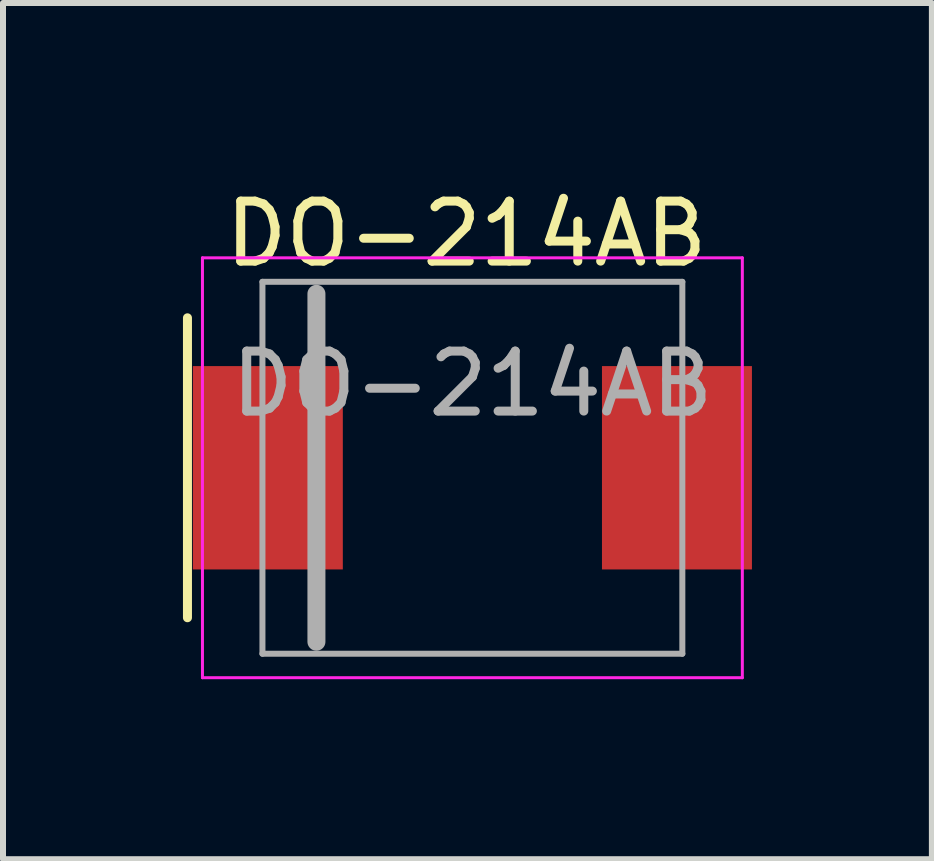
<source format=kicad_pcb>
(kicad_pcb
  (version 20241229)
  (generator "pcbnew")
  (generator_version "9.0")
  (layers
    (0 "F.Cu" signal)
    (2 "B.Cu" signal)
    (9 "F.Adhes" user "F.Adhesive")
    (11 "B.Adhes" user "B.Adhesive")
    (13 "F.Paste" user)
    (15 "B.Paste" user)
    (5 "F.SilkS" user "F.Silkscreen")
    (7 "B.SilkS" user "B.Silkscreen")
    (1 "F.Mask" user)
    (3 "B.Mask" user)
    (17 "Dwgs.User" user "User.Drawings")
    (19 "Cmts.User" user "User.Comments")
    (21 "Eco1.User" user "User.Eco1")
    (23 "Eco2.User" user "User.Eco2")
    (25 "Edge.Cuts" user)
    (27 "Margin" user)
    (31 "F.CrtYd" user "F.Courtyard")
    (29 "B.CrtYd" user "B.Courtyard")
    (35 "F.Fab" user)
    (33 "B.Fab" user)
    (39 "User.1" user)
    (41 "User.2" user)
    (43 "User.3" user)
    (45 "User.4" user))
  (footprint "DO-214AB"
    (layer "F.Cu")
    (at 4.825 4.748)
    (property "Reference" "DO-214AB" (at -0.1 -3.9 0) (layer "F.SilkS") (effects (font (size 1 1) (thickness 0.15))))
    (attr smd)
    (fp_line (start -4.75 -2.5) (end -4.75 2.5) (stroke (width 0.15) (type solid)) (layer "F.SilkS"))
    (fp_line (start -4.5 -3.5) (end 4.5 -3.5) (stroke (width 0.05) (type solid)) (layer "F.CrtYd"))
    (fp_line (start -4.5 3.5) (end -4.5 -3.5) (stroke (width 0.05) (type solid)) (layer "F.CrtYd"))
    (fp_line (start 4.5 -3.5) (end 4.5 3.5) (stroke (width 0.05) (type solid)) (layer "F.CrtYd"))
    (fp_line (start 4.5 3.5) (end -4.5 3.5) (stroke (width 0.05) (type solid)) (layer "F.CrtYd"))
    (fp_line (start -3.5 -3.1) (end 3.5 -3.1) (stroke (width 0.1) (type solid)) (layer "F.Fab"))
    (fp_line (start -3.5 3.1) (end -3.5 -3.1) (stroke (width 0.1) (type solid)) (layer "F.Fab"))
    (fp_line (start -2.6 -2.9) (end -2.6 2.9) (stroke (width 0.3) (type solid)) (layer "F.Fab"))
    (fp_line (start 3.5 -3.1) (end 3.5 3.1) (stroke (width 0.1) (type solid)) (layer "F.Fab"))
    (fp_line (start 3.5 3.1) (end -3.5 3.1) (stroke (width 0.1) (type solid)) (layer "F.Fab"))
    (fp_text user "${REFERENCE}" (at 0 -1.4 0) (layer "F.Fab") (effects (font (size 1 1) (thickness 0.15))))
    (pad "A" smd rect (at 3.41 0) (size 2.5 3.39) (layers "F.Cu" "F.Mask" "F.Paste"))
    (pad "K" smd rect (at -3.41 0) (size 2.5 3.39) (layers "F.Cu" "F.Mask" "F.Paste")))
  (gr_rect
    (start -3 -3)
    (end 12.485 11.273)
    (stroke (width 0.1) (type default))
    (fill no)
    (layer "Edge.Cuts")))
</source>
